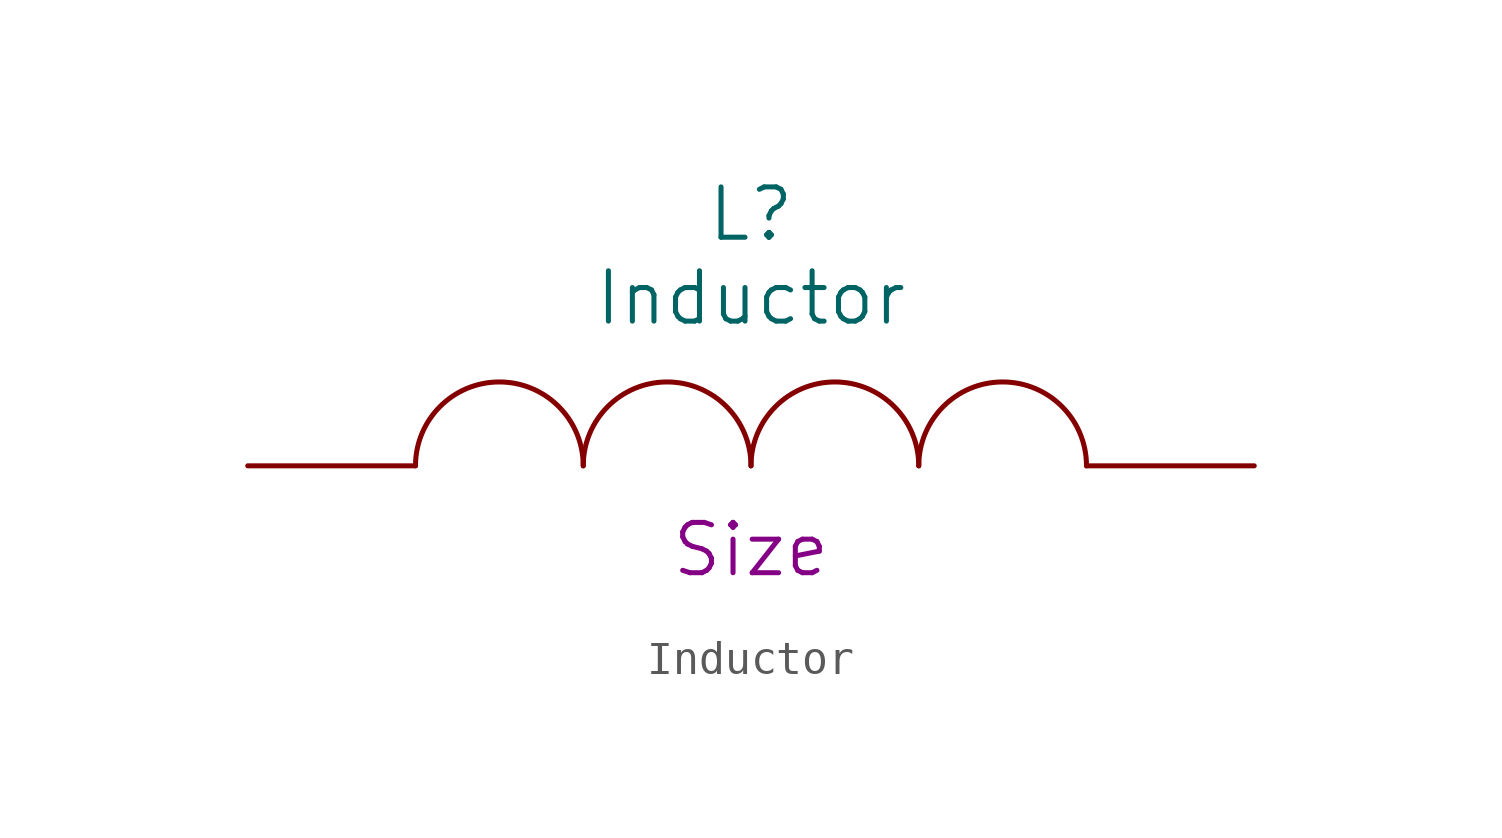
<source format=kicad_sym>
(kicad_symbol_lib
  (version 20220914)
  (generator kicad_symbol_editor)
  (symbol "Inductor"
    (pin_numbers hide)
    (pin_names
      (offset 1.016) hide)
    (property "Reference" "L"
      (at 0 7.62 0)
      (do_not_autoplace)
      (effects (font (size 1.524 1.524))))
    (property "Value" "Inductor"
      (at 0 5.08 0)
      (do_not_autoplace)
      (effects (font (size 1.524 1.524))))
    (property "Size" "Size"
      (at 0 -2.54 0)
      (do_not_autoplace)
      (effects (font (size 1.524 1.524))))
    (symbol "Inductor_0_1"
      (arc (start 0 0) (mid -2.54 2.529) (end -5.08 0) (stroke (width 0) (type solid)) (fill (type none)))
      (arc (start 5.08 0) (mid 2.54 2.529) (end 0 0) (stroke (width 0) (type solid)) (fill (type none)))
      (arc (start 10.16 0) (mid 7.62 2.529) (end 5.08 0) (stroke (width 0) (type solid)) (fill (type none))))
    (symbol "Inductor_1_1"
      (arc (start -5.08 0) (mid -7.62 2.529) (end -10.16 0) (stroke (width 0) (type solid)) (fill (type none)))
      (pin passive line (at -15.24 0 0) (length 5.08) (name "1" (effects (font (size 1.27 1.27)))) (number "1" (effects (font (size 1.27 1.27)))))
      (pin passive line (at 15.24 0 180) (length 5.08) (name "2" (effects (font (size 1.27 1.27)))) (number "2" (effects (font (size 1.27 1.27))))))))
</source>
